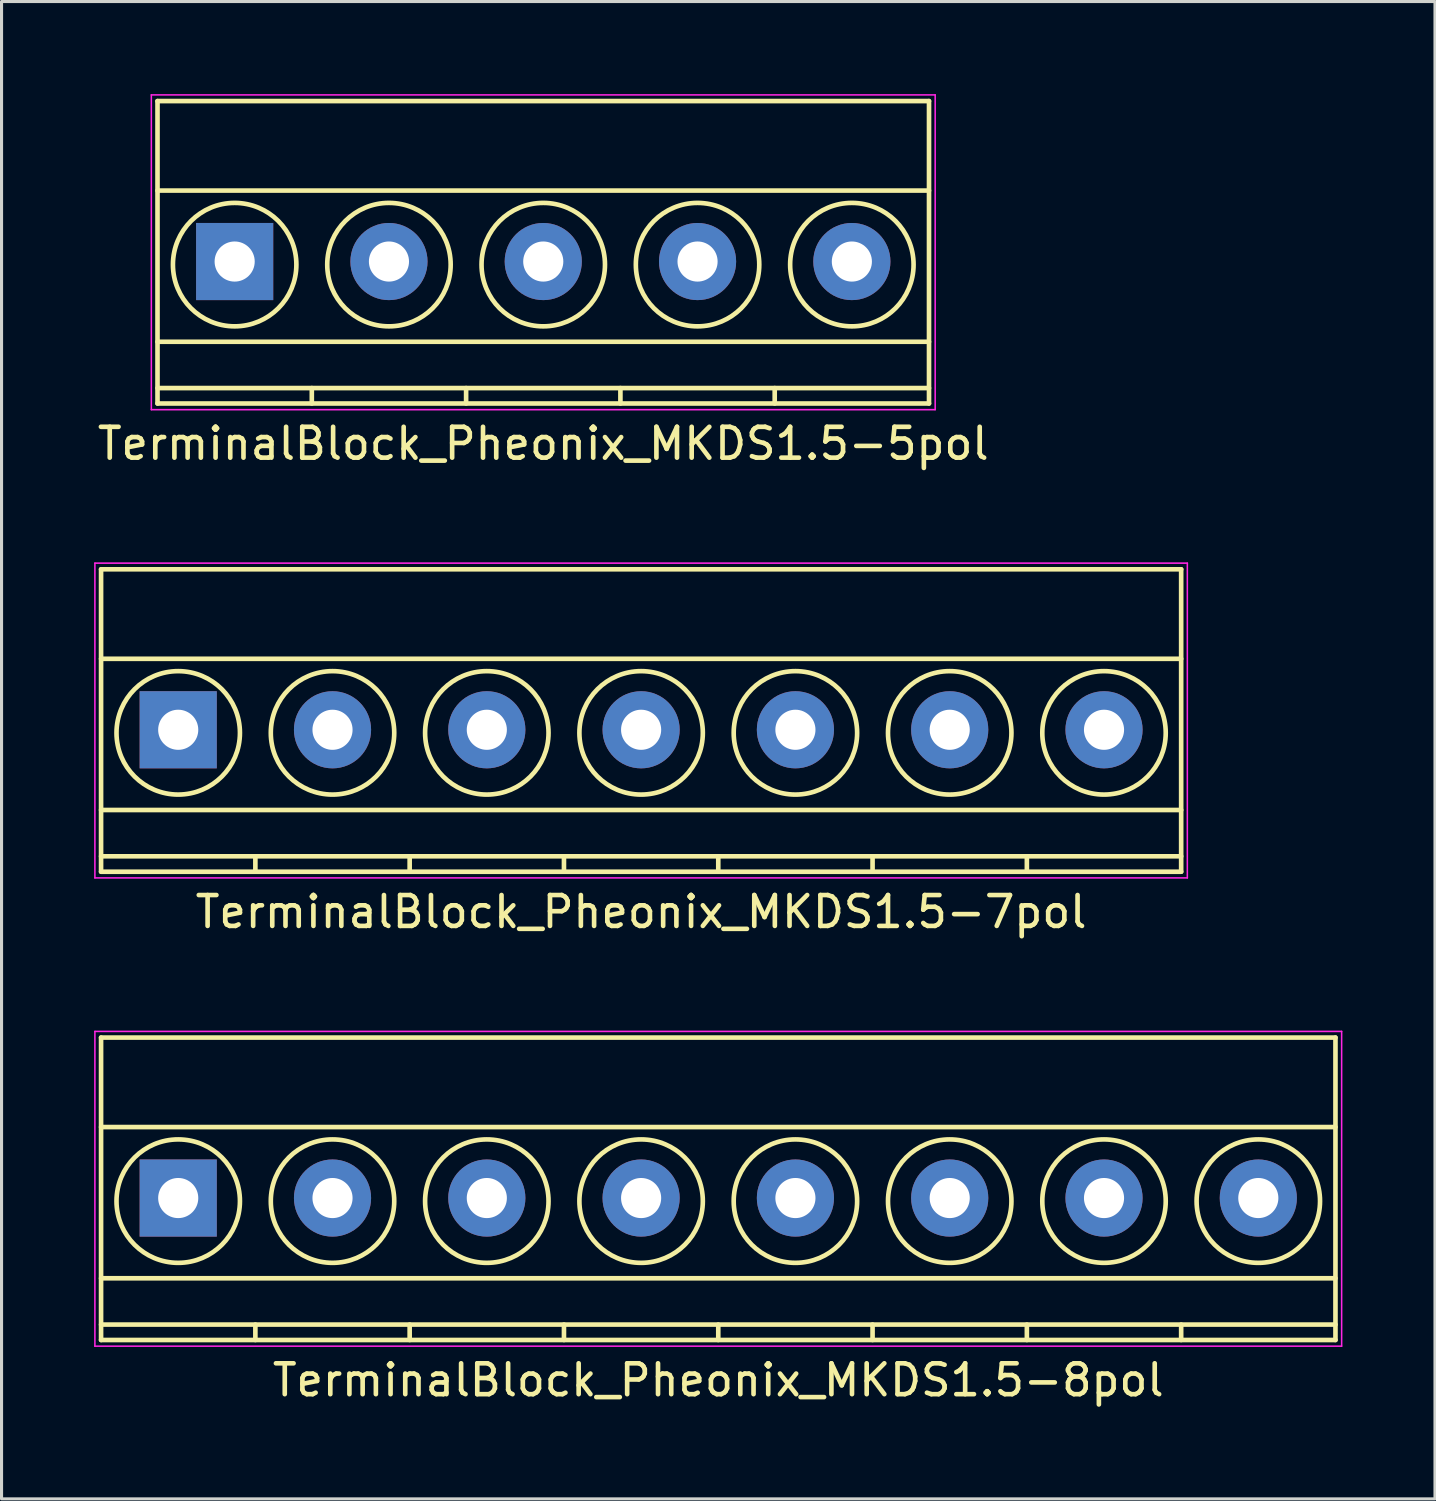
<source format=kicad_pcb>
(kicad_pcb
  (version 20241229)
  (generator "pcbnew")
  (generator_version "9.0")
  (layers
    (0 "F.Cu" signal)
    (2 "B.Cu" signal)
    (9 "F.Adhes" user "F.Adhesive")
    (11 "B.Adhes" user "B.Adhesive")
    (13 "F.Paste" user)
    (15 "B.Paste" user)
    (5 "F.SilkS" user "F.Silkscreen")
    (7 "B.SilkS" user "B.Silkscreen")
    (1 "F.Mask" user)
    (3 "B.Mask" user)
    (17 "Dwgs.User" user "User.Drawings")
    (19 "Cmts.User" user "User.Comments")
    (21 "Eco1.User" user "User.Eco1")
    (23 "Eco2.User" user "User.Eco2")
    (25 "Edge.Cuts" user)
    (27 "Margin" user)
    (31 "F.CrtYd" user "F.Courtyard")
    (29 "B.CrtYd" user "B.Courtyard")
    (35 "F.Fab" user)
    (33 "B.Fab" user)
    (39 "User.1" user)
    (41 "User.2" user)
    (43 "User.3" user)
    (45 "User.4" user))
  (footprint "TerminalBlock_Pheonix_MKDS1.5-5pol"
    (layer "F.Cu")
    (at 4.554 5.425)
    (property "Reference" "TerminalBlock_Pheonix_MKDS1.5-5pol" (at 10 5.9 0) (layer "F.SilkS") (effects (font (size 1 1) (thickness 0.15))))
    (attr through_hole)
    (fp_line (start -2.5 -5.2) (end -2.5 4.6) (stroke (width 0.15) (type solid)) (layer "F.SilkS"))
    (fp_line (start -2.5 -2.3) (end 22.5 -2.3) (stroke (width 0.15) (type solid)) (layer "F.SilkS"))
    (fp_line (start -2.5 2.6) (end 22.5 2.6) (stroke (width 0.15) (type solid)) (layer "F.SilkS"))
    (fp_line (start -2.5 4.1) (end 22.5 4.1) (stroke (width 0.15) (type solid)) (layer "F.SilkS"))
    (fp_line (start -2.5 4.6) (end 22.5 4.6) (stroke (width 0.15) (type solid)) (layer "F.SilkS"))
    (fp_line (start 2.5 4.1) (end 2.5 4.6) (stroke (width 0.15) (type solid)) (layer "F.SilkS"))
    (fp_line (start 7.5 4.1) (end 7.5 4.6) (stroke (width 0.15) (type solid)) (layer "F.SilkS"))
    (fp_line (start 12.5 4.1) (end 12.5 4.6) (stroke (width 0.15) (type solid)) (layer "F.SilkS"))
    (fp_line (start 17.5 4.1) (end 17.5 4.6) (stroke (width 0.15) (type solid)) (layer "F.SilkS"))
    (fp_line (start 22.5 -5.2) (end -2.5 -5.2) (stroke (width 0.15) (type solid)) (layer "F.SilkS"))
    (fp_line (start 22.5 4.6) (end 22.5 -5.2) (stroke (width 0.15) (type solid)) (layer "F.SilkS"))
    (fp_circle (center 0 0.1) (end 2 0.1) (stroke (width 0.15) (type solid)) (fill no) (layer "F.SilkS"))
    (fp_circle (center 5 0.1) (end 3 0.1) (stroke (width 0.15) (type solid)) (fill no) (layer "F.SilkS"))
    (fp_circle (center 10 0.1) (end 8 0.1) (stroke (width 0.15) (type solid)) (fill no) (layer "F.SilkS"))
    (fp_circle (center 15 0.1) (end 13 0.1) (stroke (width 0.15) (type solid)) (fill no) (layer "F.SilkS"))
    (fp_circle (center 20 0.1) (end 18 0.1) (stroke (width 0.15) (type solid)) (fill no) (layer "F.SilkS"))
    (fp_line (start -2.7 -5.4) (end -2.7 4.8) (stroke (width 0.05) (type solid)) (layer "F.CrtYd"))
    (fp_line (start -2.7 4.8) (end 22.7 4.8) (stroke (width 0.05) (type solid)) (layer "F.CrtYd"))
    (fp_line (start 22.7 -5.4) (end -2.7 -5.4) (stroke (width 0.05) (type solid)) (layer "F.CrtYd"))
    (fp_line (start 22.7 4.8) (end 22.7 -5.4) (stroke (width 0.05) (type solid)) (layer "F.CrtYd"))
    (pad "1" thru_hole rect (at 0 0) (size 2.5 2.5) (drill 1.3) (layers "*.Cu" "*.Mask"))
    (pad "2" thru_hole circle (at 5 0) (size 2.5 2.5) (drill 1.3) (layers "*.Cu" "*.Mask"))
    (pad "3" thru_hole circle (at 10 0) (size 2.5 2.5) (drill 1.3) (layers "*.Cu" "*.Mask"))
    (pad "4" thru_hole circle (at 15 0) (size 2.5 2.5) (drill 1.3) (layers "*.Cu" "*.Mask"))
    (pad "5" thru_hole circle (at 20 0) (size 2.5 2.5) (drill 1.3) (layers "*.Cu" "*.Mask")))
  (footprint "TerminalBlock_Pheonix_MKDS1.5-8pol"
    (layer "F.Cu")
    (at 2.725 35.772)
    (property "Reference" "TerminalBlock_Pheonix_MKDS1.5-8pol" (at 17.5 5.9 0) (layer "F.SilkS") (effects (font (size 1 1) (thickness 0.15))))
    (attr through_hole)
    (fp_line (start -2.5 -5.2) (end -2.5 4.6) (stroke (width 0.15) (type solid)) (layer "F.SilkS"))
    (fp_line (start -2.5 -2.3) (end 37.5 -2.3) (stroke (width 0.15) (type solid)) (layer "F.SilkS"))
    (fp_line (start -2.5 2.6) (end 37.5 2.6) (stroke (width 0.15) (type solid)) (layer "F.SilkS"))
    (fp_line (start -2.5 4.1) (end 37.5 4.1) (stroke (width 0.15) (type solid)) (layer "F.SilkS"))
    (fp_line (start -2.5 4.6) (end 37.5 4.6) (stroke (width 0.15) (type solid)) (layer "F.SilkS"))
    (fp_line (start 2.5 4.1) (end 2.5 4.6) (stroke (width 0.15) (type solid)) (layer "F.SilkS"))
    (fp_line (start 7.5 4.1) (end 7.5 4.6) (stroke (width 0.15) (type solid)) (layer "F.SilkS"))
    (fp_line (start 12.5 4.1) (end 12.5 4.6) (stroke (width 0.15) (type solid)) (layer "F.SilkS"))
    (fp_line (start 17.5 4.1) (end 17.5 4.6) (stroke (width 0.15) (type solid)) (layer "F.SilkS"))
    (fp_line (start 22.5 4.1) (end 22.5 4.6) (stroke (width 0.15) (type solid)) (layer "F.SilkS"))
    (fp_line (start 27.5 4.1) (end 27.5 4.6) (stroke (width 0.15) (type solid)) (layer "F.SilkS"))
    (fp_line (start 32.5 4.1) (end 32.5 4.6) (stroke (width 0.15) (type solid)) (layer "F.SilkS"))
    (fp_line (start 37.5 -5.2) (end -2.5 -5.2) (stroke (width 0.15) (type solid)) (layer "F.SilkS"))
    (fp_line (start 37.5 4.6) (end 37.5 -5.2) (stroke (width 0.15) (type solid)) (layer "F.SilkS"))
    (fp_circle (center 0 0.1) (end 2 0.1) (stroke (width 0.15) (type solid)) (fill no) (layer "F.SilkS"))
    (fp_circle (center 5 0.1) (end 3 0.1) (stroke (width 0.15) (type solid)) (fill no) (layer "F.SilkS"))
    (fp_circle (center 10 0.1) (end 8 0.1) (stroke (width 0.15) (type solid)) (fill no) (layer "F.SilkS"))
    (fp_circle (center 15 0.1) (end 13 0.1) (stroke (width 0.15) (type solid)) (fill no) (layer "F.SilkS"))
    (fp_circle (center 20 0.1) (end 18 0.1) (stroke (width 0.15) (type solid)) (fill no) (layer "F.SilkS"))
    (fp_circle (center 25 0.1) (end 23 0.1) (stroke (width 0.15) (type solid)) (fill no) (layer "F.SilkS"))
    (fp_circle (center 30 0.1) (end 28 0.1) (stroke (width 0.15) (type solid)) (fill no) (layer "F.SilkS"))
    (fp_circle (center 35 0.1) (end 33 0.1) (stroke (width 0.15) (type solid)) (fill no) (layer "F.SilkS"))
    (fp_line (start -2.7 -5.4) (end 37.7 -5.4) (stroke (width 0.05) (type solid)) (layer "F.CrtYd"))
    (fp_line (start -2.7 4.8) (end -2.7 -5.4) (stroke (width 0.05) (type solid)) (layer "F.CrtYd"))
    (fp_line (start 37.7 -5.4) (end 37.7 4.8) (stroke (width 0.05) (type solid)) (layer "F.CrtYd"))
    (fp_line (start 37.7 4.8) (end -2.7 4.8) (stroke (width 0.05) (type solid)) (layer "F.CrtYd"))
    (pad "1" thru_hole rect (at 0 0) (size 2.5 2.5) (drill 1.3) (layers "*.Cu" "*.Mask"))
    (pad "2" thru_hole circle (at 5 0) (size 2.5 2.5) (drill 1.3) (layers "*.Cu" "*.Mask"))
    (pad "3" thru_hole circle (at 10 0) (size 2.5 2.5) (drill 1.3) (layers "*.Cu" "*.Mask"))
    (pad "4" thru_hole circle (at 15 0) (size 2.5 2.5) (drill 1.3) (layers "*.Cu" "*.Mask"))
    (pad "5" thru_hole circle (at 20 0) (size 2.5 2.5) (drill 1.3) (layers "*.Cu" "*.Mask"))
    (pad "6" thru_hole circle (at 25 0) (size 2.5 2.5) (drill 1.3) (layers "*.Cu" "*.Mask"))
    (pad "7" thru_hole circle (at 30 0) (size 2.5 2.5) (drill 1.3) (layers "*.Cu" "*.Mask"))
    (pad "8" thru_hole circle (at 35 0) (size 2.5 2.5) (drill 1.3) (layers "*.Cu" "*.Mask")))
  (footprint "TerminalBlock_Pheonix_MKDS1.5-7pol"
    (layer "F.Cu")
    (at 2.725 20.598)
    (property "Reference" "TerminalBlock_Pheonix_MKDS1.5-7pol" (at 15 5.9 0) (layer "F.SilkS") (effects (font (size 1 1) (thickness 0.15))))
    (attr through_hole)
    (fp_line (start -2.5 -5.2) (end -2.5 4.6) (stroke (width 0.15) (type solid)) (layer "F.SilkS"))
    (fp_line (start -2.5 -2.3) (end 32.5 -2.3) (stroke (width 0.15) (type solid)) (layer "F.SilkS"))
    (fp_line (start -2.5 2.6) (end 32.5 2.6) (stroke (width 0.15) (type solid)) (layer "F.SilkS"))
    (fp_line (start -2.5 4.1) (end 32.5 4.1) (stroke (width 0.15) (type solid)) (layer "F.SilkS"))
    (fp_line (start -2.5 4.6) (end 32.5 4.6) (stroke (width 0.15) (type solid)) (layer "F.SilkS"))
    (fp_line (start 2.5 4.1) (end 2.5 4.6) (stroke (width 0.15) (type solid)) (layer "F.SilkS"))
    (fp_line (start 7.5 4.1) (end 7.5 4.6) (stroke (width 0.15) (type solid)) (layer "F.SilkS"))
    (fp_line (start 12.5 4.1) (end 12.5 4.6) (stroke (width 0.15) (type solid)) (layer "F.SilkS"))
    (fp_line (start 17.5 4.1) (end 17.5 4.6) (stroke (width 0.15) (type solid)) (layer "F.SilkS"))
    (fp_line (start 22.5 4.1) (end 22.5 4.6) (stroke (width 0.15) (type solid)) (layer "F.SilkS"))
    (fp_line (start 27.5 4.1) (end 27.5 4.6) (stroke (width 0.15) (type solid)) (layer "F.SilkS"))
    (fp_line (start 32.5 -5.2) (end -2.5 -5.2) (stroke (width 0.15) (type solid)) (layer "F.SilkS"))
    (fp_line (start 32.5 4.6) (end 32.5 -5.2) (stroke (width 0.15) (type solid)) (layer "F.SilkS"))
    (fp_circle (center 0 0.1) (end 2 0.1) (stroke (width 0.15) (type solid)) (fill no) (layer "F.SilkS"))
    (fp_circle (center 5 0.1) (end 3 0.1) (stroke (width 0.15) (type solid)) (fill no) (layer "F.SilkS"))
    (fp_circle (center 10 0.1) (end 8 0.1) (stroke (width 0.15) (type solid)) (fill no) (layer "F.SilkS"))
    (fp_circle (center 15 0.1) (end 13 0.1) (stroke (width 0.15) (type solid)) (fill no) (layer "F.SilkS"))
    (fp_circle (center 20 0.1) (end 18 0.1) (stroke (width 0.15) (type solid)) (fill no) (layer "F.SilkS"))
    (fp_circle (center 25 0.1) (end 23 0.1) (stroke (width 0.15) (type solid)) (fill no) (layer "F.SilkS"))
    (fp_circle (center 30 0.1) (end 28 0.1) (stroke (width 0.15) (type solid)) (fill no) (layer "F.SilkS"))
    (fp_line (start -2.7 -5.4) (end 32.7 -5.4) (stroke (width 0.05) (type solid)) (layer "F.CrtYd"))
    (fp_line (start -2.7 4.8) (end -2.7 -5.4) (stroke (width 0.05) (type solid)) (layer "F.CrtYd"))
    (fp_line (start 32.7 -5.4) (end 32.7 4.8) (stroke (width 0.05) (type solid)) (layer "F.CrtYd"))
    (fp_line (start 32.7 4.8) (end -2.7 4.8) (stroke (width 0.05) (type solid)) (layer "F.CrtYd"))
    (pad "1" thru_hole rect (at 0 0) (size 2.5 2.5) (drill 1.3) (layers "*.Cu" "*.Mask"))
    (pad "2" thru_hole circle (at 5 0) (size 2.5 2.5) (drill 1.3) (layers "*.Cu" "*.Mask"))
    (pad "3" thru_hole circle (at 10 0) (size 2.5 2.5) (drill 1.3) (layers "*.Cu" "*.Mask"))
    (pad "4" thru_hole circle (at 15 0) (size 2.5 2.5) (drill 1.3) (layers "*.Cu" "*.Mask"))
    (pad "5" thru_hole circle (at 20 0) (size 2.5 2.5) (drill 1.3) (layers "*.Cu" "*.Mask"))
    (pad "6" thru_hole circle (at 25 0) (size 2.5 2.5) (drill 1.3) (layers "*.Cu" "*.Mask"))
    (pad "7" thru_hole circle (at 30 0) (size 2.5 2.5) (drill 1.3) (layers "*.Cu" "*.Mask")))
  (gr_rect
    (start -3 -3)
    (end 43.45 45.52)
    (stroke (width 0.1) (type default))
    (fill no)
    (layer "Edge.Cuts")))
</source>
